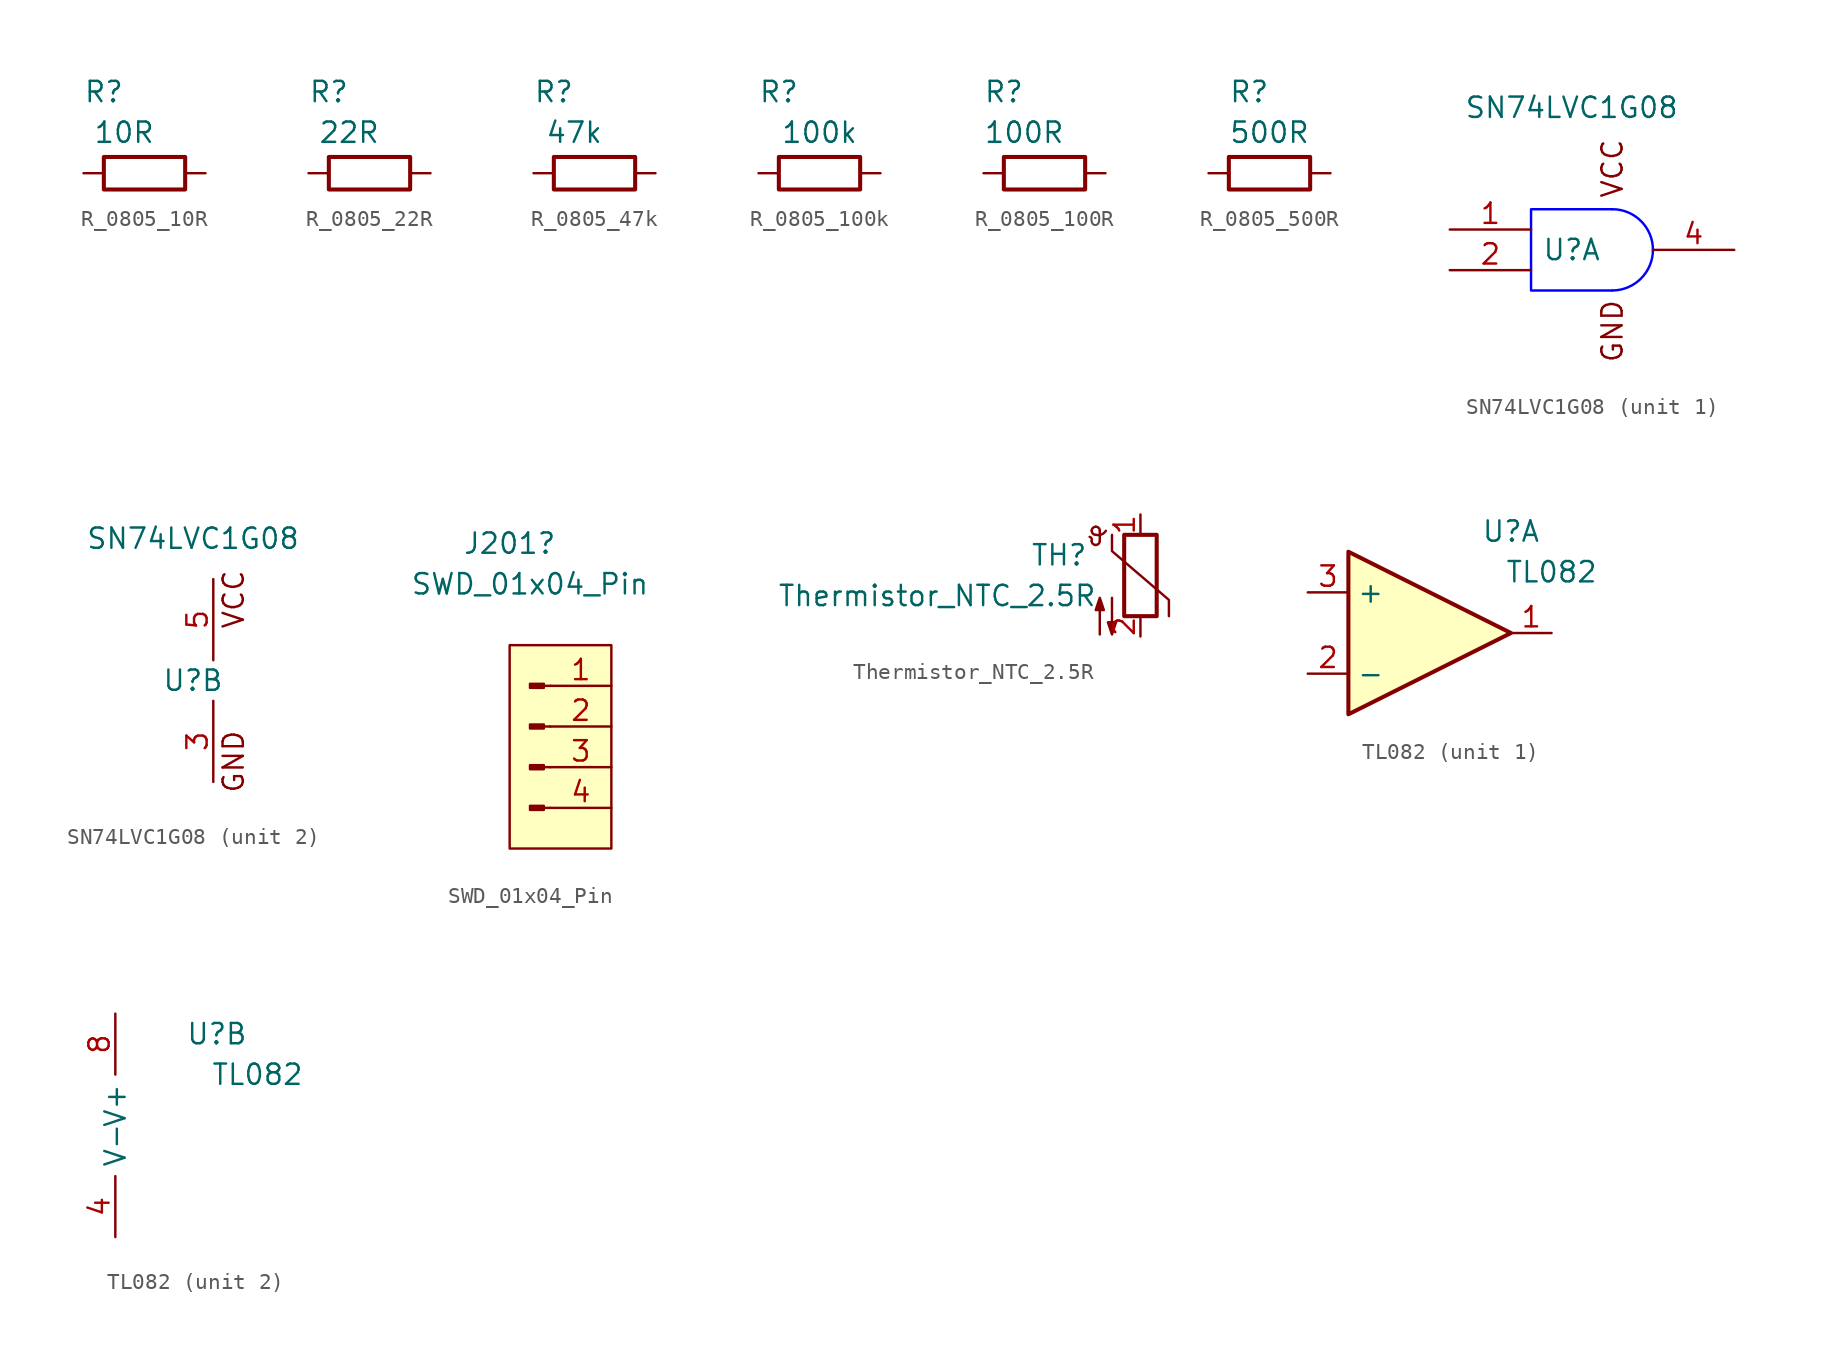
<source format=kicad_sym>
(kicad_symbol_lib
  (version 20220914)
  (generator kicad_symbol_editor)
  (symbol "R_0805_10R"
    (pin_numbers hide)
    (pin_names hide)
    (property "Reference" "R"
      (at -2.54 5.08 0)
      (effects (font (size 1.27 1.27))))
    (property "Value" "10R"
      (at -1.27 2.54 0)
      (effects (font (size 1.27 1.27))))
    (symbol "R_0805_10R_0_1"
      (rectangle (start -2.54 1.016) (end 2.54 -1.016) (stroke (width 0.254) (type default)) (fill (type none))))
    (symbol "R_0805_10R_1_1"
      (pin passive line (at 3.81 0 180) (length 1.27) (name "~" (effects (font (size 1.27 1.27)))) (number "1" (effects (font (size 1.27 1.27)))))
      (pin passive line (at -3.81 0 0) (length 1.27) (name "~" (effects (font (size 1.27 1.27)))) (number "2" (effects (font (size 1.27 1.27)))))))
  (symbol "R_0805_22R"
    (pin_numbers hide)
    (pin_names hide)
    (property "Reference" "R"
      (at -2.54 5.08 0)
      (effects (font (size 1.27 1.27))))
    (property "Value" "22R"
      (at -1.27 2.54 0)
      (effects (font (size 1.27 1.27))))
    (symbol "R_0805_22R_0_1"
      (rectangle (start -2.54 1.016) (end 2.54 -1.016) (stroke (width 0.254) (type default)) (fill (type none))))
    (symbol "R_0805_22R_1_1"
      (pin passive line (at 3.81 0 180) (length 1.27) (name "~" (effects (font (size 1.27 1.27)))) (number "1" (effects (font (size 1.27 1.27)))))
      (pin passive line (at -3.81 0 0) (length 1.27) (name "~" (effects (font (size 1.27 1.27)))) (number "2" (effects (font (size 1.27 1.27)))))))
  (symbol "R_0805_47k"
    (pin_numbers hide)
    (pin_names hide)
    (property "Reference" "R"
      (at -2.54 5.08 0)
      (effects (font (size 1.27 1.27))))
    (property "Value" "47k"
      (at -1.27 2.54 0)
      (effects (font (size 1.27 1.27))))
    (symbol "R_0805_47k_0_1"
      (rectangle (start -2.54 1.016) (end 2.54 -1.016) (stroke (width 0.254) (type default)) (fill (type none))))
    (symbol "R_0805_47k_1_1"
      (pin passive line (at 3.81 0 180) (length 1.27) (name "~" (effects (font (size 1.27 1.27)))) (number "1" (effects (font (size 1.27 1.27)))))
      (pin passive line (at -3.81 0 0) (length 1.27) (name "~" (effects (font (size 1.27 1.27)))) (number "2" (effects (font (size 1.27 1.27)))))))
  (symbol "R_0805_100k"
    (pin_numbers hide)
    (pin_names hide)
    (property "Reference" "R"
      (at -2.54 5.08 0)
      (effects (font (size 1.27 1.27))))
    (property "Value" "100k"
      (at 0 2.54 0)
      (effects (font (size 1.27 1.27))))
    (symbol "R_0805_100k_0_1"
      (rectangle (start -2.54 1.016) (end 2.54 -1.016) (stroke (width 0.254) (type default)) (fill (type none))))
    (symbol "R_0805_100k_1_1"
      (pin passive line (at 3.81 0 180) (length 1.27) (name "~" (effects (font (size 1.27 1.27)))) (number "1" (effects (font (size 1.27 1.27)))))
      (pin passive line (at -3.81 0 0) (length 1.27) (name "~" (effects (font (size 1.27 1.27)))) (number "2" (effects (font (size 1.27 1.27)))))))
  (symbol "R_0805_100R"
    (pin_numbers hide)
    (pin_names hide)
    (property "Reference" "R"
      (at -2.54 5.08 0)
      (effects (font (size 1.27 1.27))))
    (property "Value" "100R"
      (at -1.27 2.54 0)
      (effects (font (size 1.27 1.27))))
    (symbol "R_0805_100R_0_1"
      (rectangle (start -2.54 1.016) (end 2.54 -1.016) (stroke (width 0.254) (type default)) (fill (type none))))
    (symbol "R_0805_100R_1_1"
      (pin passive line (at 3.81 0 180) (length 1.27) (name "~" (effects (font (size 1.27 1.27)))) (number "1" (effects (font (size 1.27 1.27)))))
      (pin passive line (at -3.81 0 0) (length 1.27) (name "~" (effects (font (size 1.27 1.27)))) (number "2" (effects (font (size 1.27 1.27)))))))
  (symbol "R_0805_500R"
    (pin_numbers hide)
    (pin_names hide)
    (property "Reference" "R"
      (at -1.27 5.08 0)
      (effects (font (size 1.27 1.27))))
    (property "Value" "500R"
      (at 0 2.54 0)
      (effects (font (size 1.27 1.27))))
    (symbol "R_0805_500R_0_1"
      (rectangle (start -2.54 1.016) (end 2.54 -1.016) (stroke (width 0.254) (type default)) (fill (type none))))
    (symbol "R_0805_500R_1_1"
      (pin passive line (at 3.81 0 180) (length 1.27) (name "~" (effects (font (size 1.27 1.27)))) (number "1" (effects (font (size 1.27 1.27)))))
      (pin passive line (at -3.81 0 0) (length 1.27) (name "~" (effects (font (size 1.27 1.27)))) (number "2" (effects (font (size 1.27 1.27)))))))
  (symbol "SN74LVC1G08"
    (pin_names hide)
    (property "Reference" "U"
      (at -1.27 0 0)
      (effects (font (size 1.27 1.27))))
    (property "Value" "SN74LVC1G08"
      (at -1.27 8.89 0)
      (effects (font (size 1.27 1.27))))
    (property "ki_locked" ""
      (at 0 0 0)
      (effects (font (size 1.27 1.27))))
    (symbol "SN74LVC1G08_0_1"
      (text "GND" (at 1.27 -5.08 900) (effects (font (size 1.27 1.27))))
      (text "VCC" (at 1.27 5.08 900) (effects (font (size 1.27 1.27)))))
    (symbol "SN74LVC1G08_1_1"
      (polyline (pts (xy 1.27 2.54) (xy -3.81 2.54) (xy -3.81 -2.54) (xy 1.27 -2.54)) (stroke (width 0) (type default) (color 0 0 255 1)) (fill (type color) (color 255 255 255 1)))
      (arc (start 1.27 -2.54) (mid 3.0618 -1.7918) (end 3.81 0) (stroke (width 0) (type default) (color 0 0 255 1)) (fill (type color) (color 255 255 255 1)))
      (arc (start 3.81 0) (mid 3.0661 1.7961) (end 1.27 2.54) (stroke (width 0) (type default) (color 0 0 255 1)) (fill (type color) (color 255 255 255 1)))
      (pin input line (at -8.89 1.27 0) (length 5.08) (name "~" (effects (font (size 1.27 1.27)))) (number "1" (effects (font (size 1.27 1.27)))))
      (pin input line (at -8.89 -1.27 0) (length 5.08) (name "~" (effects (font (size 1.27 1.27)))) (number "2" (effects (font (size 1.27 1.27)))))
      (pin output line (at 8.89 0 180) (length 5.08) (name "~" (effects (font (size 1.27 1.27)))) (number "4" (effects (font (size 1.27 1.27))))))
    (symbol "SN74LVC1G08_2_1"
      (pin passive line (at 0 -6.35 90) (length 5.08) (name "GND" (effects (font (size 1.27 1.27)))) (number "3" (effects (font (size 1.27 1.27)))))
      (pin power_in line (at 0 6.35 270) (length 5.08) (name "VCC" (effects (font (size 1.27 1.27)))) (number "5" (effects (font (size 1.27 1.27)))))))
  (symbol "SWD_01x04_Pin"
    (pin_names
      (offset 1.016) hide)
    (property "Reference" "J201"
      (at -1.27 11.43 0)
      (effects (font (size 1.27 1.27))))
    (property "Value" "SWD_01x04_Pin"
      (at 0 8.89 0)
      (effects (font (size 1.27 1.27))))
    (symbol "SWD_01x04_Pin_1_1"
      (rectangle (start -1.27 5.08) (end 5.08 -7.62) (stroke (width 0) (type default)) (fill (type background)))
      (polyline (pts (xy 1.27 -5.08) (xy 0.864 -5.08)) (stroke (width 0.152) (type default)) (fill (type none)))
      (polyline (pts (xy 1.27 -2.54) (xy 0.864 -2.54)) (stroke (width 0.152) (type default)) (fill (type none)))
      (polyline (pts (xy 1.27 0) (xy 0.864 0)) (stroke (width 0.152) (type default)) (fill (type none)))
      (polyline (pts (xy 1.27 2.54) (xy 0.864 2.54)) (stroke (width 0.152) (type default)) (fill (type none)))
      (rectangle (start 0.864 -4.953) (end 0 -5.207) (stroke (width 0.152) (type default)) (fill (type outline)))
      (rectangle (start 0.864 -2.413) (end 0 -2.667) (stroke (width 0.152) (type default)) (fill (type outline)))
      (rectangle (start 0.864 0.127) (end 0 -0.127) (stroke (width 0.152) (type default)) (fill (type outline)))
      (rectangle (start 0.864 2.667) (end 0 2.413) (stroke (width 0.152) (type default)) (fill (type outline)))
      (pin passive line (at 5.08 2.54 180) (length 3.81) (name "Pin_1" (effects (font (size 1.27 1.27)))) (number "1" (effects (font (size 1.27 1.27)))))
      (pin passive line (at 5.08 0 180) (length 3.81) (name "Pin_2" (effects (font (size 1.27 1.27)))) (number "2" (effects (font (size 1.27 1.27)))))
      (pin passive line (at 5.08 -2.54 180) (length 3.81) (name "Pin_3" (effects (font (size 1.27 1.27)))) (number "3" (effects (font (size 1.27 1.27)))))
      (pin passive line (at 5.08 -5.08 180) (length 3.81) (name "Pin_4" (effects (font (size 1.27 1.27)))) (number "4" (effects (font (size 1.27 1.27)))))))
  (symbol "Thermistor_NTC_2.5R"
    (property "Reference" "TH"
      (at -5.08 5.08 0)
      (effects (font (size 1.27 1.27))))
    (property "Value" "Thermistor_NTC_2.5R"
      (at -12.7 2.54 0)
      (effects (font (size 1.27 1.27))))
    (symbol "Thermistor_NTC_2.5R_0_1"
      (arc (start -3.048 5.969) (mid -3.0505 6.1265) (end -3.175 6.223) (stroke (width 0) (type default)) (fill (type none)))
      (arc (start -3.048 5.969) (mid -2.9736 5.7894) (end -2.794 5.715) (stroke (width 0) (type default)) (fill (type none)))
      (arc (start -3.048 6.604) (mid -2.9736 6.4244) (end -2.794 6.35) (stroke (width 0) (type default)) (fill (type none)))
      (arc (start -2.794 5.715) (mid -2.6144 5.7894) (end -2.54 5.969) (stroke (width 0) (type default)) (fill (type none)))
      (arc (start -2.794 6.35) (mid -2.434 6.3708) (end -2.159 6.604) (stroke (width 0) (type default)) (fill (type none)))
      (arc (start -2.794 6.858) (mid -2.9736 6.7836) (end -3.048 6.604) (stroke (width 0) (type default)) (fill (type none)))
      (arc (start -2.54 6.604) (mid -2.6144 6.7836) (end -2.794 6.858) (stroke (width 0) (type default)) (fill (type none)))
      (rectangle (start -1.016 6.35) (end 1.016 1.27) (stroke (width 0.254) (type default)) (fill (type none)))
      (polyline (pts (xy -2.54 5.969) (xy -2.54 6.604)) (stroke (width 0) (type default)) (fill (type none)))
      (polyline (pts (xy -1.778 6.35) (xy -1.778 5.334) (xy 1.778 2.286) (xy 1.778 1.27)) (stroke (width 0) (type default)) (fill (type none)))
      (polyline (pts (xy -2.54 0.127) (xy -2.54 2.413) (xy -2.794 1.651) (xy -2.286 1.651) (xy -2.54 2.413) (xy -2.54 2.159)) (stroke (width 0) (type default)) (fill (type outline)))
      (polyline (pts (xy -1.778 2.413) (xy -1.778 0.127) (xy -2.032 0.889) (xy -1.524 0.889) (xy -1.778 0.127) (xy -1.778 0.381)) (stroke (width 0) (type default)) (fill (type outline))))
    (symbol "Thermistor_NTC_2.5R_1_1"
      (pin passive line (at 0 7.62 270) (length 1.27) (name "~" (effects (font (size 1.27 1.27)))) (number "1" (effects (font (size 1.27 1.27)))))
      (pin passive line (at 0 0 90) (length 1.27) (name "~" (effects (font (size 1.27 1.27)))) (number "2" (effects (font (size 1.27 1.27)))))))
  (symbol "TL082"
    (property "Reference" "U"
      (at 6.35 6.35 0)
      (effects (font (size 1.27 1.27))))
    (property "Value" "TL082"
      (at 8.89 3.81 0)
      (effects (font (size 1.27 1.27))))
    (property "ki_locked" ""
      (at 0 0 0)
      (effects (font (size 1.27 1.27))))
    (symbol "TL082_1_1"
      (polyline (pts (xy -3.81 5.08) (xy 6.35 0) (xy -3.81 -5.08) (xy -3.81 5.08)) (stroke (width 0.254) (type default)) (fill (type background)))
      (pin output line (at 8.89 0 180) (length 2.54) (name "~" (effects (font (size 1.27 1.27)))) (number "1" (effects (font (size 1.27 1.27)))))
      (pin input line (at -6.35 -2.54 0) (length 2.54) (name "-" (effects (font (size 1.27 1.27)))) (number "2" (effects (font (size 1.27 1.27)))))
      (pin input line (at -6.35 2.54 0) (length 2.54) (name "+" (effects (font (size 1.27 1.27)))) (number "3" (effects (font (size 1.27 1.27))))))
    (symbol "TL082_2_1"
      (pin power_in line (at 0 -6.35 90) (length 3.81) (name "V-" (effects (font (size 1.27 1.27)))) (number "4" (effects (font (size 1.27 1.27)))))
      (pin power_in line (at 0 7.62 270) (length 3.81) (name "V+" (effects (font (size 1.27 1.27)))) (number "8" (effects (font (size 1.27 1.27))))))))
</source>
